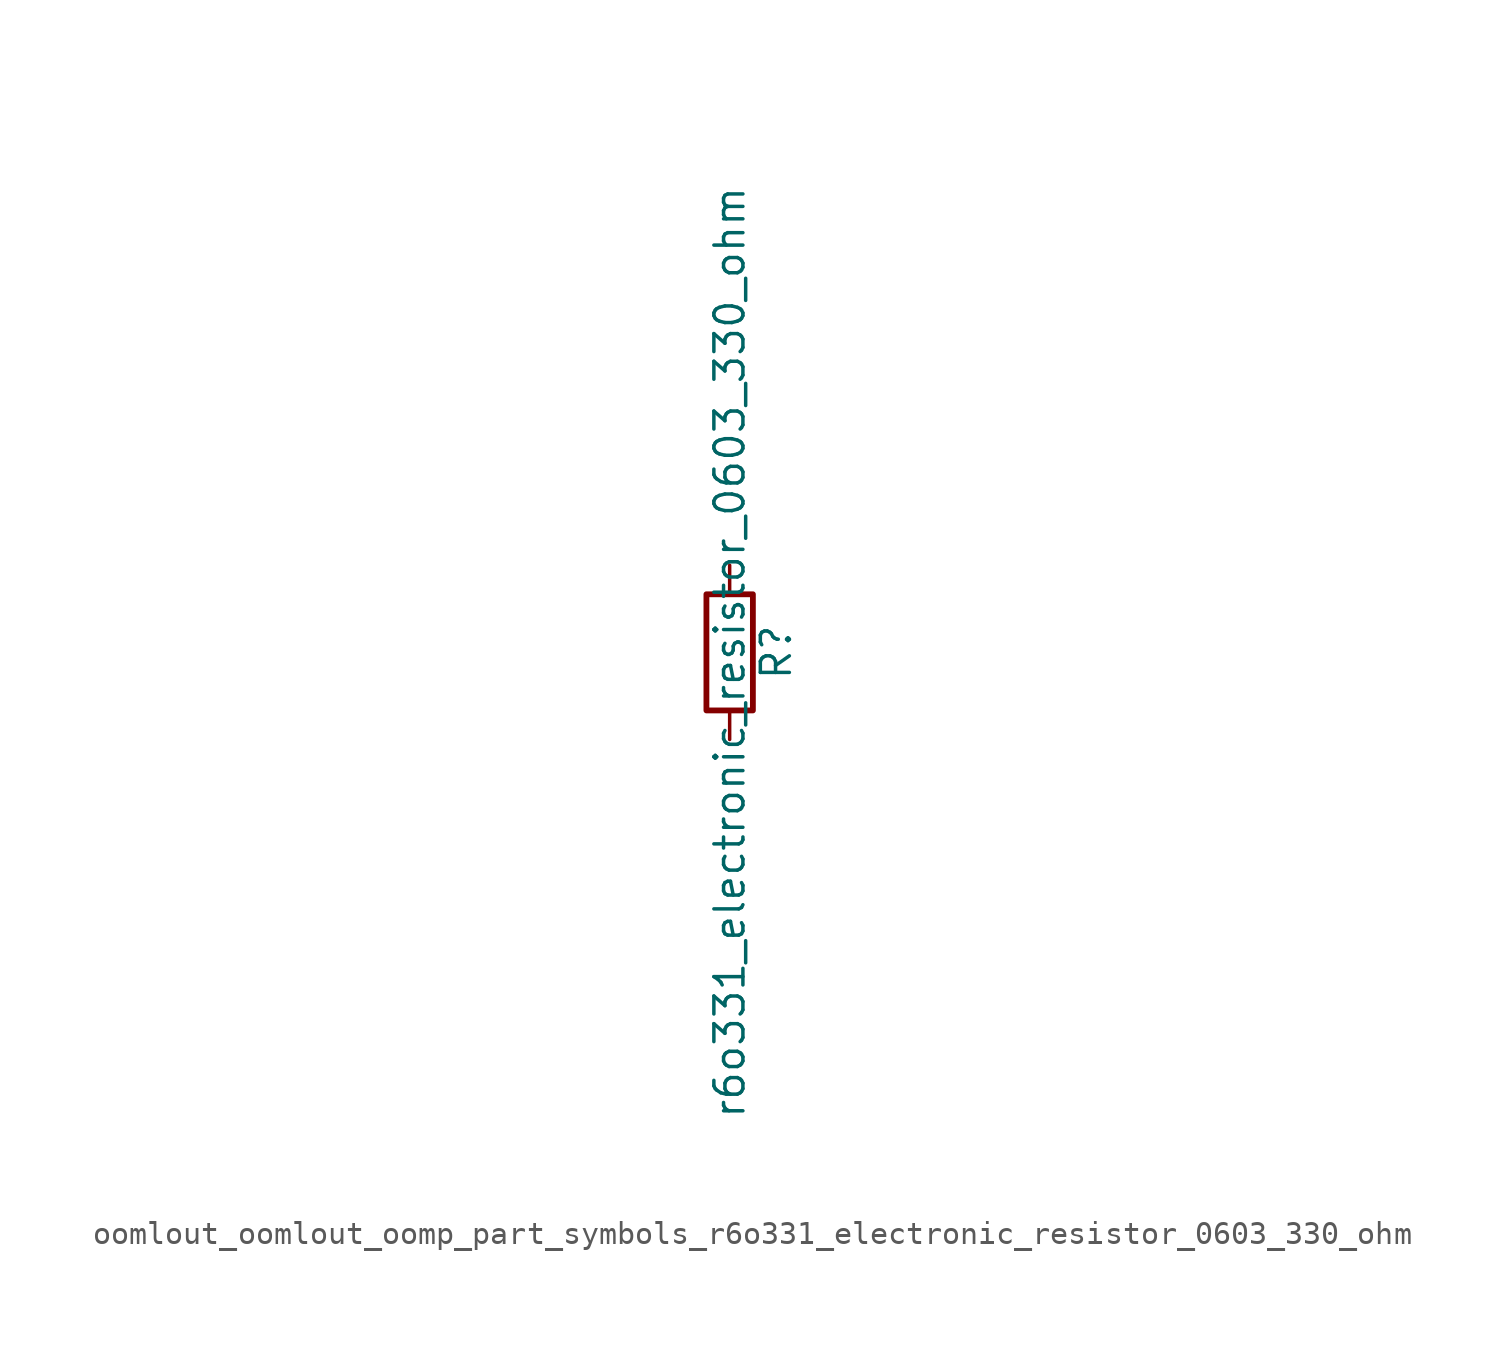
<source format=kicad_sym>
(kicad_symbol_lib
  (version 20220914)
  (generator kicad_symbol_editor)
  (symbol "oomlout_oomlout_oomp_part_symbols_r6o331_electronic_resistor_0603_330_ohm"
    (pin_numbers hide)
    (pin_names
      (offset 0))
    (property "Reference" "R"
      (at 2.032 0 90)
      (effects (font (size 1.27 1.27))))
    (property "Value" "r6o331_electronic_resistor_0603_330_ohm"
      (at 0 0 90)
      (effects (font (size 1.27 1.27))))
    (symbol "oomlout_oomlout_oomp_part_symbols_r6o331_electronic_resistor_0603_330_ohm_0_1"
      (rectangle (start -1.016 -2.54) (end 1.016 2.54) (stroke (width 0.254) (type default)) (fill (type none))))
    (symbol "oomlout_oomlout_oomp_part_symbols_r6o331_electronic_resistor_0603_330_ohm_1_1"
      (pin passive line (at 0 3.81 270) (length 1.27) (name "~" (effects (font (size 1.27 1.27)))) (number "1" (effects (font (size 1.27 1.27)))))
      (pin passive line (at 0 -3.81 90) (length 1.27) (name "~" (effects (font (size 1.27 1.27)))) (number "2" (effects (font (size 1.27 1.27))))))))
</source>
